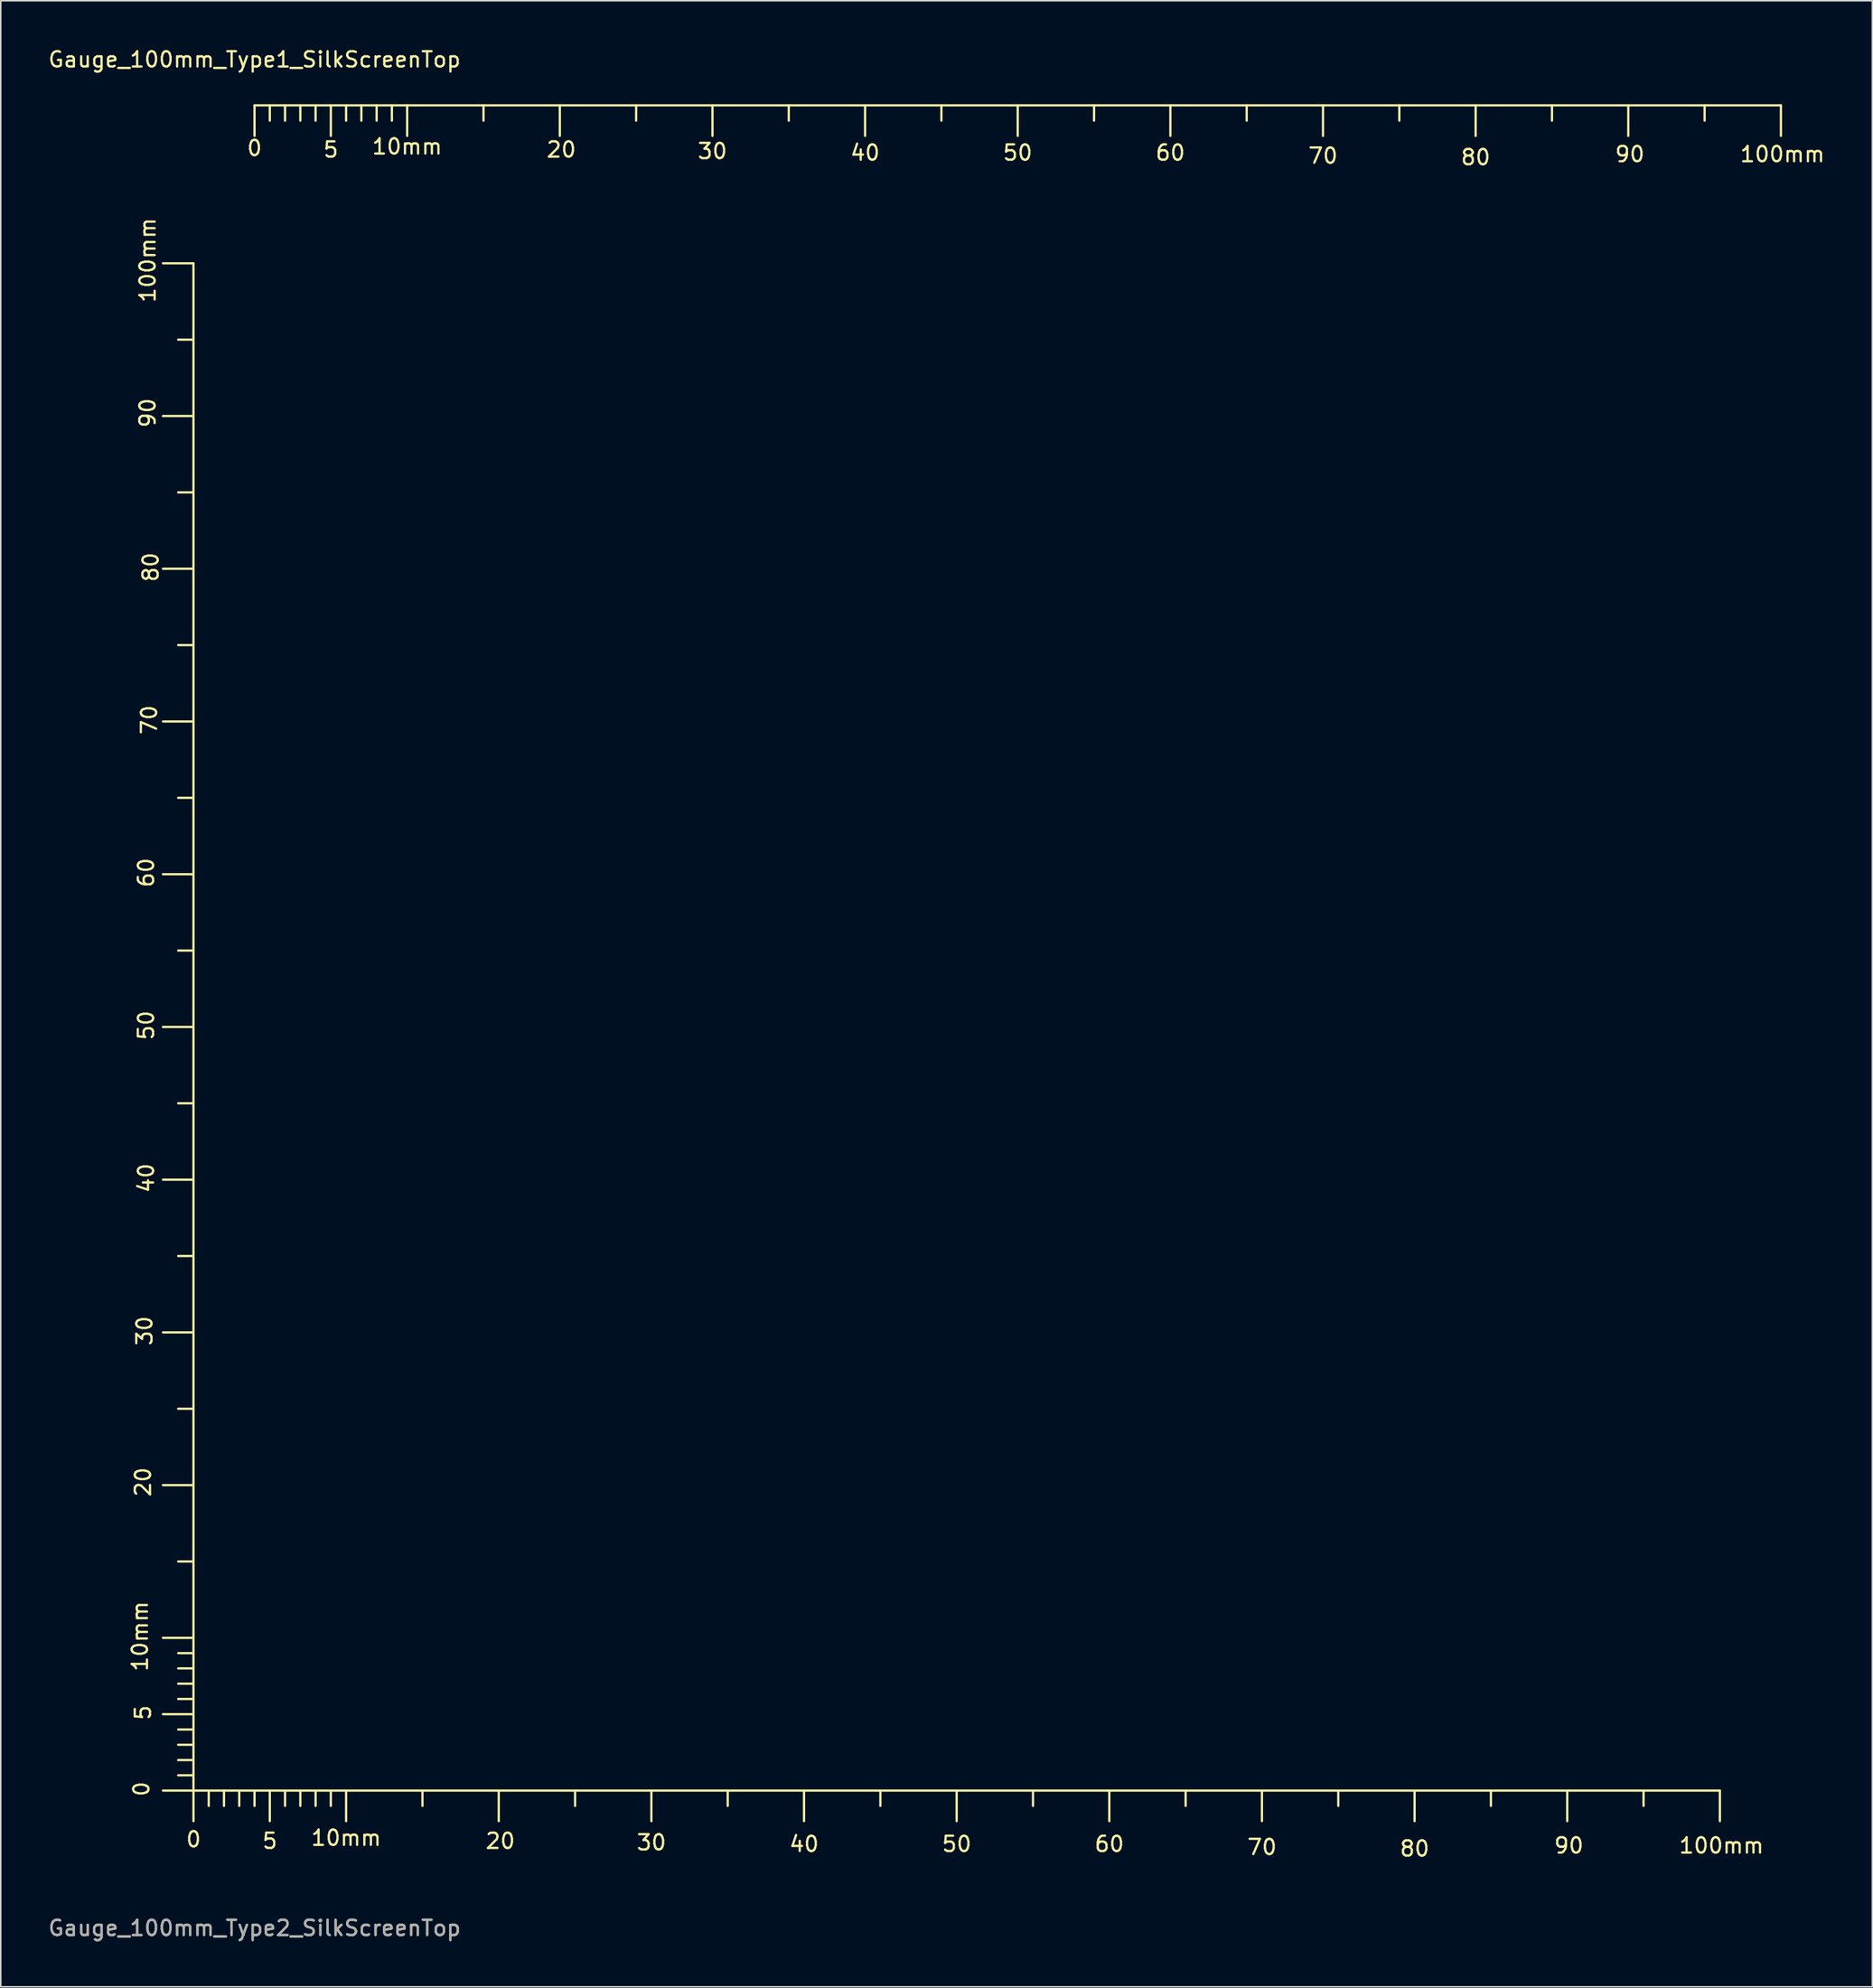
<source format=kicad_pcb>
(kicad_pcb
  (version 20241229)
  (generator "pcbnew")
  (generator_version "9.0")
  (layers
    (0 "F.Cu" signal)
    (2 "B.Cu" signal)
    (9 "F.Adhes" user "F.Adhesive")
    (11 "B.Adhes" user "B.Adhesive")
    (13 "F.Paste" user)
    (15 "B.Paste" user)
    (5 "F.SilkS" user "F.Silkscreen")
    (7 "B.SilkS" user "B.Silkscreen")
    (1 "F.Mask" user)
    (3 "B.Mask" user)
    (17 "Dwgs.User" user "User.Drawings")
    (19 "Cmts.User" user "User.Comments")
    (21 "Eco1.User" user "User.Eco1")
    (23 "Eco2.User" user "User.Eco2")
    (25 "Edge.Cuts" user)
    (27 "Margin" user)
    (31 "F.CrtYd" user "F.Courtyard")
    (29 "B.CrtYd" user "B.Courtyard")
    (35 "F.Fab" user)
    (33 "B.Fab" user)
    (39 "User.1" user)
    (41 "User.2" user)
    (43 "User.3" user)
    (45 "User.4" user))
  (footprint "Gauge_100mm_Type1_SilkScreenTop"
    (layer "F.Cu")
    (at 13.625 3.848)
    (property "Reference" "Gauge_100mm_Type1_SilkScreenTop" (at 0 -3 0) (layer "F.SilkS") (effects (font (size 1 1) (thickness 0.15))))
    (attr exclude_from_pos_files exclude_from_bom)
    (fp_line (start 0 0) (end 0 1.999) (stroke (width 0.15) (type solid)) (layer "F.SilkS"))
    (fp_line (start 0 0) (end 10 0) (stroke (width 0.15) (type solid)) (layer "F.SilkS"))
    (fp_line (start 1.001 0) (end 1.001 1.001) (stroke (width 0.15) (type solid)) (layer "F.SilkS"))
    (fp_line (start 1.999 0) (end 1.999 1.001) (stroke (width 0.15) (type solid)) (layer "F.SilkS"))
    (fp_line (start 3 0) (end 3 1.001) (stroke (width 0.15) (type solid)) (layer "F.SilkS"))
    (fp_line (start 4 0) (end 4 1.001) (stroke (width 0.15) (type solid)) (layer "F.SilkS"))
    (fp_line (start 5.001 0) (end 5.001 1.999) (stroke (width 0.15) (type solid)) (layer "F.SilkS"))
    (fp_line (start 5.999 0) (end 5.999 1.001) (stroke (width 0.15) (type solid)) (layer "F.SilkS"))
    (fp_line (start 7 0) (end 7 1.001) (stroke (width 0.15) (type solid)) (layer "F.SilkS"))
    (fp_line (start 8.001 0) (end 8.001 1.001) (stroke (width 0.15) (type solid)) (layer "F.SilkS"))
    (fp_line (start 8.999 0) (end 8.999 1.001) (stroke (width 0.15) (type solid)) (layer "F.SilkS"))
    (fp_line (start 10 0) (end 10 1.999) (stroke (width 0.15) (type solid)) (layer "F.SilkS"))
    (fp_line (start 10 0) (end 100 0) (stroke (width 0.15) (type solid)) (layer "F.SilkS"))
    (fp_line (start 15.001 0) (end 15.001 1.001) (stroke (width 0.15) (type solid)) (layer "F.SilkS"))
    (fp_line (start 20 0) (end 20 1.999) (stroke (width 0.15) (type solid)) (layer "F.SilkS"))
    (fp_line (start 25.001 0) (end 25.001 1.001) (stroke (width 0.15) (type solid)) (layer "F.SilkS"))
    (fp_line (start 30 0) (end 30 1.999) (stroke (width 0.15) (type solid)) (layer "F.SilkS"))
    (fp_line (start 35.001 0) (end 35.001 1.001) (stroke (width 0.15) (type solid)) (layer "F.SilkS"))
    (fp_line (start 40 0) (end 40 1.999) (stroke (width 0.15) (type solid)) (layer "F.SilkS"))
    (fp_line (start 45.001 0) (end 45.001 1.001) (stroke (width 0.15) (type solid)) (layer "F.SilkS"))
    (fp_line (start 50 0) (end 50 1.999) (stroke (width 0.15) (type solid)) (layer "F.SilkS"))
    (fp_line (start 55.001 0) (end 55.001 1.001) (stroke (width 0.15) (type solid)) (layer "F.SilkS"))
    (fp_line (start 60 0) (end 60 1.999) (stroke (width 0.15) (type solid)) (layer "F.SilkS"))
    (fp_line (start 65.001 0) (end 65.001 1.001) (stroke (width 0.15) (type solid)) (layer "F.SilkS"))
    (fp_line (start 70 0) (end 70 1.999) (stroke (width 0.15) (type solid)) (layer "F.SilkS"))
    (fp_line (start 75.001 0) (end 75.001 1.001) (stroke (width 0.15) (type solid)) (layer "F.SilkS"))
    (fp_line (start 80 0) (end 80 1.999) (stroke (width 0.15) (type solid)) (layer "F.SilkS"))
    (fp_line (start 85.001 0) (end 85.001 1.001) (stroke (width 0.15) (type solid)) (layer "F.SilkS"))
    (fp_line (start 90 0) (end 90 1.999) (stroke (width 0.15) (type solid)) (layer "F.SilkS"))
    (fp_line (start 95.001 0) (end 95.001 1.001) (stroke (width 0.15) (type solid)) (layer "F.SilkS"))
    (fp_line (start 100 0) (end 100 1.999) (stroke (width 0.15) (type solid)) (layer "F.SilkS"))
    (fp_text user "70" (at 70 3.302 0) (layer "F.SilkS") (effects (font (size 1 1) (thickness 0.15))))
    (fp_text user "50" (at 50 3.101 0) (layer "F.SilkS") (effects (font (size 1 1) (thickness 0.15))))
    (fp_text user "5" (at 4.999 2.901 0) (layer "F.SilkS") (effects (font (size 1 1) (thickness 0.15))))
    (fp_text user "90" (at 90.101 3.203 0) (layer "F.SilkS") (effects (font (size 1 1) (thickness 0.15))))
    (fp_text user "10mm" (at 10 2.7 0) (layer "F.SilkS") (effects (font (size 1 1) (thickness 0.15))))
    (fp_text user "30" (at 30 3 0) (layer "F.SilkS") (effects (font (size 1 1) (thickness 0.15))))
    (fp_text user "0" (at 0 2.799 0) (layer "F.SilkS") (effects (font (size 1 1) (thickness 0.15))))
    (fp_text user "60" (at 60 3.101 0) (layer "F.SilkS") (effects (font (size 1 1) (thickness 0.15))))
    (fp_text user "40" (at 40 3.101 0) (layer "F.SilkS") (effects (font (size 1 1) (thickness 0.15))))
    (fp_text user "100mm" (at 100.101 3.203 0) (layer "F.SilkS") (effects (font (size 1 1) (thickness 0.15))))
    (fp_text user "80" (at 80 3.401 0) (layer "F.SilkS") (effects (font (size 1 1) (thickness 0.15))))
    (fp_text user "20" (at 20.099 2.901 0) (layer "F.SilkS") (effects (font (size 1 1) (thickness 0.15)))))
  (footprint "Gauge_100mm_Type2_SilkScreenTop"
    (layer "F.Cu")
    (at 9.625 114.19)
    (property "Reference" "Gauge_100mm_Type2_SilkScreenTop" (at 4 8.999 0) (layer "F.SilkS") (effects (font (size 1 1) (thickness 0.15))))
    (attr exclude_from_pos_files exclude_from_bom)
    (fp_line (start 0 -100) (end -1.999 -100) (stroke (width 0.15) (type solid)) (layer "F.SilkS"))
    (fp_line (start 0 -95.001) (end -1.001 -95.001) (stroke (width 0.15) (type solid)) (layer "F.SilkS"))
    (fp_line (start 0 -90) (end -1.999 -90) (stroke (width 0.15) (type solid)) (layer "F.SilkS"))
    (fp_line (start 0 -85.001) (end -1.001 -85.001) (stroke (width 0.15) (type solid)) (layer "F.SilkS"))
    (fp_line (start 0 -80) (end -1.999 -80) (stroke (width 0.15) (type solid)) (layer "F.SilkS"))
    (fp_line (start 0 -75.001) (end -1.001 -75.001) (stroke (width 0.15) (type solid)) (layer "F.SilkS"))
    (fp_line (start 0 -70) (end -1.999 -70) (stroke (width 0.15) (type solid)) (layer "F.SilkS"))
    (fp_line (start 0 -65.001) (end -1.001 -65.001) (stroke (width 0.15) (type solid)) (layer "F.SilkS"))
    (fp_line (start 0 -60) (end -1.999 -60) (stroke (width 0.15) (type solid)) (layer "F.SilkS"))
    (fp_line (start 0 -55.001) (end -1.001 -55.001) (stroke (width 0.15) (type solid)) (layer "F.SilkS"))
    (fp_line (start 0 -50) (end -1.999 -50) (stroke (width 0.15) (type solid)) (layer "F.SilkS"))
    (fp_line (start 0 -45.001) (end -1.001 -45.001) (stroke (width 0.15) (type solid)) (layer "F.SilkS"))
    (fp_line (start 0 -40) (end -1.999 -40) (stroke (width 0.15) (type solid)) (layer "F.SilkS"))
    (fp_line (start 0 -35.001) (end -1.001 -35.001) (stroke (width 0.15) (type solid)) (layer "F.SilkS"))
    (fp_line (start 0 -30) (end -1.999 -30) (stroke (width 0.15) (type solid)) (layer "F.SilkS"))
    (fp_line (start 0 -25.001) (end -1.001 -25.001) (stroke (width 0.15) (type solid)) (layer "F.SilkS"))
    (fp_line (start 0 -20) (end -1.999 -20) (stroke (width 0.15) (type solid)) (layer "F.SilkS"))
    (fp_line (start 0 -15.001) (end -1.001 -15.001) (stroke (width 0.15) (type solid)) (layer "F.SilkS"))
    (fp_line (start 0 -10) (end -1.999 -10) (stroke (width 0.15) (type solid)) (layer "F.SilkS"))
    (fp_line (start 0 -8.999) (end -1.001 -8.999) (stroke (width 0.15) (type solid)) (layer "F.SilkS"))
    (fp_line (start 0 -8.001) (end -1.001 -8.001) (stroke (width 0.15) (type solid)) (layer "F.SilkS"))
    (fp_line (start 0 -7) (end -1.001 -7) (stroke (width 0.15) (type solid)) (layer "F.SilkS"))
    (fp_line (start 0 -5.999) (end -1.001 -5.999) (stroke (width 0.15) (type solid)) (layer "F.SilkS"))
    (fp_line (start 0 -5.001) (end -1.999 -5.001) (stroke (width 0.15) (type solid)) (layer "F.SilkS"))
    (fp_line (start 0 -4) (end -1.001 -4) (stroke (width 0.15) (type solid)) (layer "F.SilkS"))
    (fp_line (start 0 -3) (end -1.001 -3) (stroke (width 0.15) (type solid)) (layer "F.SilkS"))
    (fp_line (start 0 -1.999) (end -1.001 -1.999) (stroke (width 0.15) (type solid)) (layer "F.SilkS"))
    (fp_line (start 0 -1.001) (end -1.001 -1.001) (stroke (width 0.15) (type solid)) (layer "F.SilkS"))
    (fp_line (start 0 0) (end -1.999 0) (stroke (width 0.15) (type solid)) (layer "F.SilkS"))
    (fp_line (start 0 0) (end 0 -100) (stroke (width 0.15) (type solid)) (layer "F.SilkS"))
    (fp_line (start 0 0) (end 0 1.999) (stroke (width 0.15) (type solid)) (layer "F.SilkS"))
    (fp_line (start 0 0) (end 10 0) (stroke (width 0.15) (type solid)) (layer "F.SilkS"))
    (fp_line (start 1.001 0) (end 1.001 1.001) (stroke (width 0.15) (type solid)) (layer "F.SilkS"))
    (fp_line (start 1.999 0) (end 1.999 1.001) (stroke (width 0.15) (type solid)) (layer "F.SilkS"))
    (fp_line (start 3 0) (end 3 1.001) (stroke (width 0.15) (type solid)) (layer "F.SilkS"))
    (fp_line (start 4 0) (end 4 1.001) (stroke (width 0.15) (type solid)) (layer "F.SilkS"))
    (fp_line (start 5.001 0) (end 5.001 1.999) (stroke (width 0.15) (type solid)) (layer "F.SilkS"))
    (fp_line (start 5.999 0) (end 5.999 1.001) (stroke (width 0.15) (type solid)) (layer "F.SilkS"))
    (fp_line (start 7 0) (end 7 1.001) (stroke (width 0.15) (type solid)) (layer "F.SilkS"))
    (fp_line (start 8.001 0) (end 8.001 1.001) (stroke (width 0.15) (type solid)) (layer "F.SilkS"))
    (fp_line (start 8.999 0) (end 8.999 1.001) (stroke (width 0.15) (type solid)) (layer "F.SilkS"))
    (fp_line (start 10 0) (end 10 1.999) (stroke (width 0.15) (type solid)) (layer "F.SilkS"))
    (fp_line (start 10 0) (end 100 0) (stroke (width 0.15) (type solid)) (layer "F.SilkS"))
    (fp_line (start 15.001 0) (end 15.001 1.001) (stroke (width 0.15) (type solid)) (layer "F.SilkS"))
    (fp_line (start 20 0) (end 20 1.999) (stroke (width 0.15) (type solid)) (layer "F.SilkS"))
    (fp_line (start 25.001 0) (end 25.001 1.001) (stroke (width 0.15) (type solid)) (layer "F.SilkS"))
    (fp_line (start 30 0) (end 30 1.999) (stroke (width 0.15) (type solid)) (layer "F.SilkS"))
    (fp_line (start 35.001 0) (end 35.001 1.001) (stroke (width 0.15) (type solid)) (layer "F.SilkS"))
    (fp_line (start 40 0) (end 40 1.999) (stroke (width 0.15) (type solid)) (layer "F.SilkS"))
    (fp_line (start 45.001 0) (end 45.001 1.001) (stroke (width 0.15) (type solid)) (layer "F.SilkS"))
    (fp_line (start 50 0) (end 50 1.999) (stroke (width 0.15) (type solid)) (layer "F.SilkS"))
    (fp_line (start 55.001 0) (end 55.001 1.001) (stroke (width 0.15) (type solid)) (layer "F.SilkS"))
    (fp_line (start 60 0) (end 60 1.999) (stroke (width 0.15) (type solid)) (layer "F.SilkS"))
    (fp_line (start 65.001 0) (end 65.001 1.001) (stroke (width 0.15) (type solid)) (layer "F.SilkS"))
    (fp_line (start 70 0) (end 70 1.999) (stroke (width 0.15) (type solid)) (layer "F.SilkS"))
    (fp_line (start 75.001 0) (end 75.001 1.001) (stroke (width 0.15) (type solid)) (layer "F.SilkS"))
    (fp_line (start 80 0) (end 80 1.999) (stroke (width 0.15) (type solid)) (layer "F.SilkS"))
    (fp_line (start 85.001 0) (end 85.001 1.001) (stroke (width 0.15) (type solid)) (layer "F.SilkS"))
    (fp_line (start 90 0) (end 90 1.999) (stroke (width 0.15) (type solid)) (layer "F.SilkS"))
    (fp_line (start 95.001 0) (end 95.001 1.001) (stroke (width 0.15) (type solid)) (layer "F.SilkS"))
    (fp_line (start 100 0) (end 100 1.999) (stroke (width 0.15) (type solid)) (layer "F.SilkS"))
    (fp_text user "100mm" (at 100.106 3.602 0) (layer "F.SilkS") (effects (font (size 1 1) (thickness 0.15))))
    (fp_text user "10mm" (at -3.503 -10.104 90) (layer "F.SilkS") (effects (font (size 1 1) (thickness 0.15))))
    (fp_text user "0" (at -3.404 -0.104 90) (layer "F.SilkS") (effects (font (size 1 1) (thickness 0.15))))
    (fp_text user "80" (at -2.802 -80.104 90) (layer "F.SilkS") (effects (font (size 1 1) (thickness 0.15))))
    (fp_text user "90" (at 90.106 3.602 0) (layer "F.SilkS") (effects (font (size 1 1) (thickness 0.15))))
    (fp_text user "10mm" (at 10.005 3.099 0) (layer "F.SilkS") (effects (font (size 1 1) (thickness 0.15))))
    (fp_text user "90" (at -3 -90.206 90) (layer "F.SilkS") (effects (font (size 1 1) (thickness 0.15))))
    (fp_text user "20" (at -3.302 -20.203 90) (layer "F.SilkS") (effects (font (size 1 1) (thickness 0.15))))
    (fp_text user "70" (at -2.901 -70.104 90) (layer "F.SilkS") (effects (font (size 1 1) (thickness 0.15))))
    (fp_text user "50" (at 50.005 3.5 0) (layer "F.SilkS") (effects (font (size 1 1) (thickness 0.15))))
    (fp_text user "80" (at 80.005 3.8 0) (layer "F.SilkS") (effects (font (size 1 1) (thickness 0.15))))
    (fp_text user "40" (at -3.101 -40.104 90) (layer "F.SilkS") (effects (font (size 1 1) (thickness 0.15))))
    (fp_text user "40" (at 40.005 3.5 0) (layer "F.SilkS") (effects (font (size 1 1) (thickness 0.15))))
    (fp_text user "60" (at -3.101 -60.104 90) (layer "F.SilkS") (effects (font (size 1 1) (thickness 0.15))))
    (fp_text user "0" (at 0.005 3.198 0) (layer "F.SilkS") (effects (font (size 1 1) (thickness 0.15))))
    (fp_text user "30" (at -3.203 -30.104 90) (layer "F.SilkS") (effects (font (size 1 1) (thickness 0.15))))
    (fp_text user "5" (at -3.302 -5.103 90) (layer "F.SilkS") (effects (font (size 1 1) (thickness 0.15))))
    (fp_text user "5" (at 5.004 3.299 0) (layer "F.SilkS") (effects (font (size 1 1) (thickness 0.15))))
    (fp_text user "100mm" (at -3 -100.206 90) (layer "F.SilkS") (effects (font (size 1 1) (thickness 0.15))))
    (fp_text user "30" (at 30.005 3.399 0) (layer "F.SilkS") (effects (font (size 1 1) (thickness 0.15))))
    (fp_text user "20" (at 20.104 3.299 0) (layer "F.SilkS") (effects (font (size 1 1) (thickness 0.15))))
    (fp_text user "60" (at 60.005 3.5 0) (layer "F.SilkS") (effects (font (size 1 1) (thickness 0.15))))
    (fp_text user "70" (at 70.005 3.701 0) (layer "F.SilkS") (effects (font (size 1 1) (thickness 0.15))))
    (fp_text user "50" (at -3.101 -50.104 90) (layer "F.SilkS") (effects (font (size 1 1) (thickness 0.15))))
    (fp_text user "${REFERENCE}" (at 4 8.999 0) (layer "F.Fab") (effects (font (size 1 1) (thickness 0.15)))))
  (gr_rect
    (start -3 -3)
    (end 119.613 127.037)
    (stroke (width 0.1) (type default))
    (fill no)
    (layer "Edge.Cuts")))
</source>
